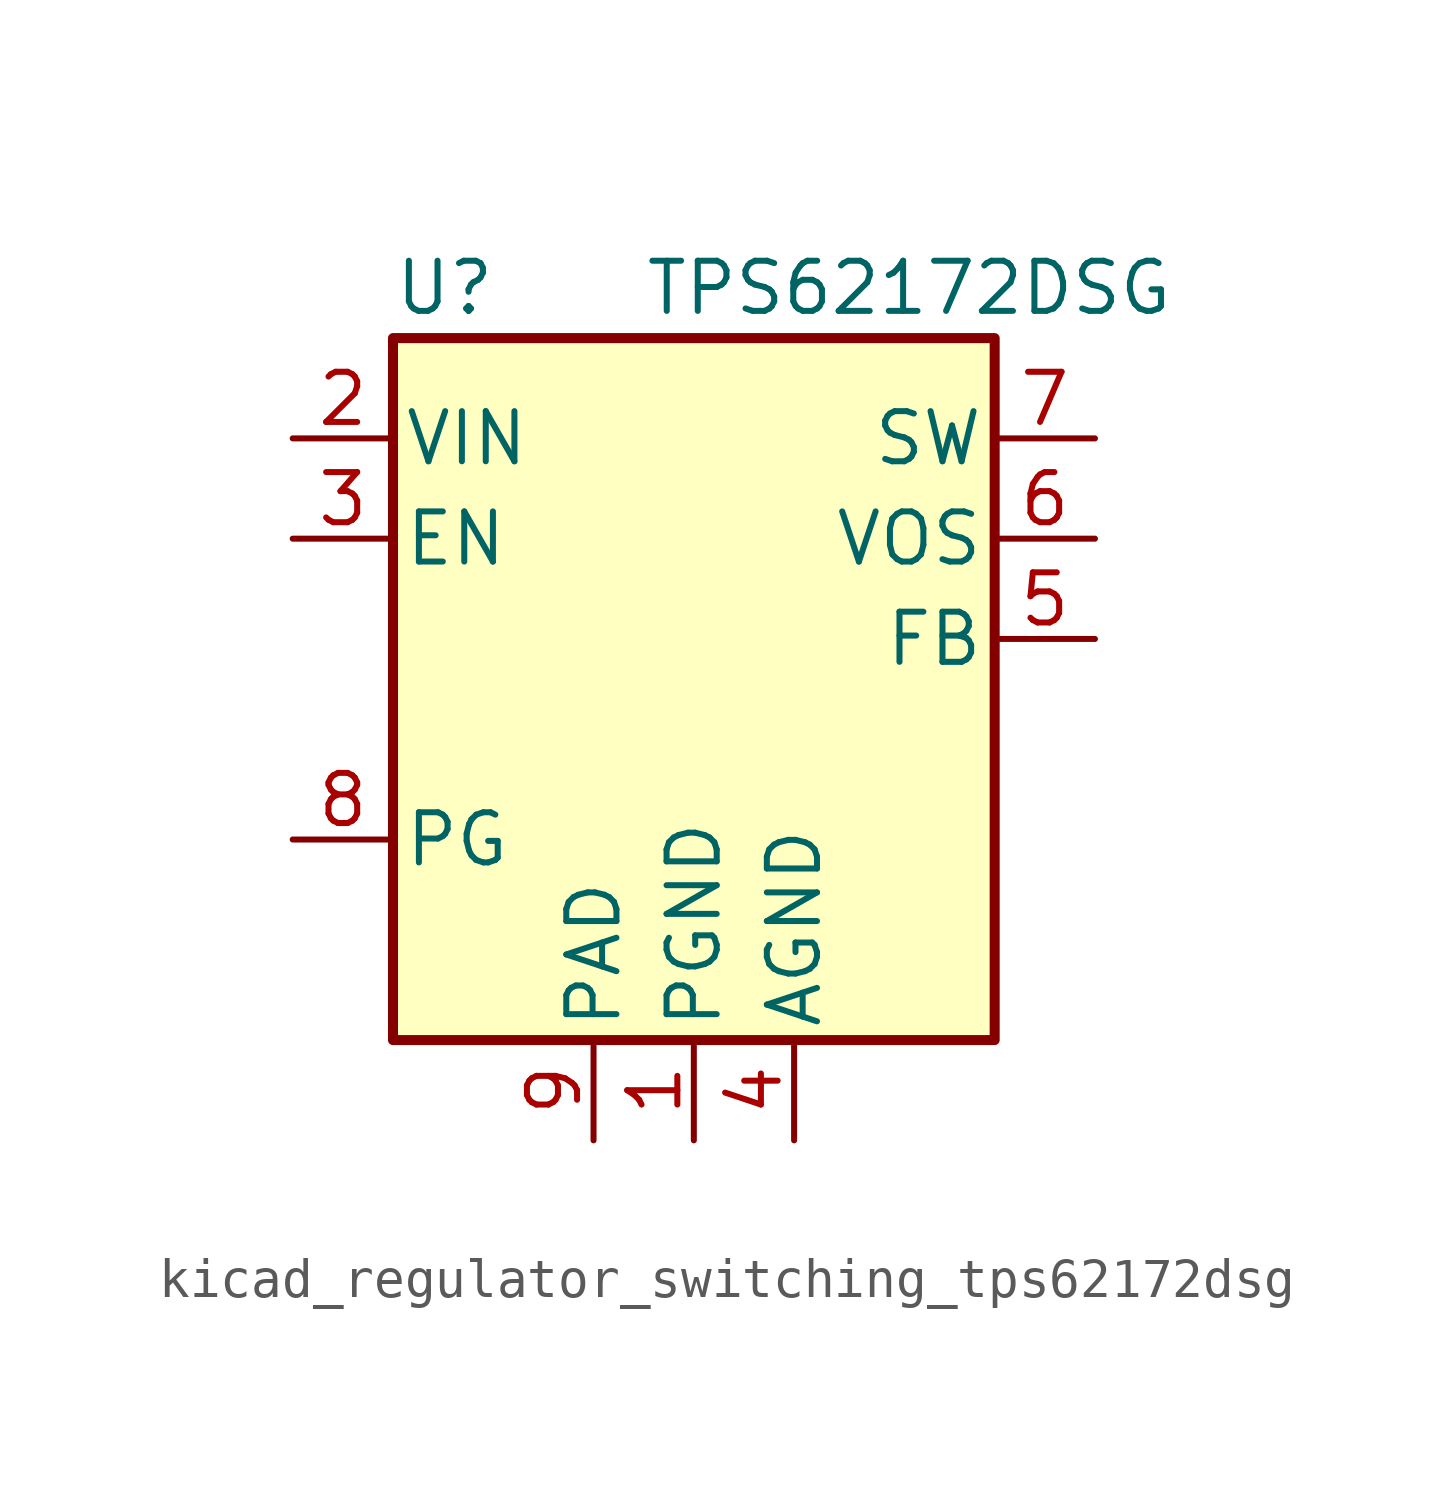
<source format=kicad_sym>
(kicad_symbol_lib
  (version 20220914)
  (generator kicad_symbol_editor)
  (symbol "kicad_regulator_switching_tps62172dsg"
    (pin_names
      (offset 0.254))
    (property "Reference" "U"
      (at -7.62 11.43 0)
      (effects (font (size 1.27 1.27)) (justify left)))
    (property "Value" "TPS62172DSG"
      (at -1.27 11.43 0)
      (effects (font (size 1.27 1.27)) (justify left)))
    (symbol "kicad_regulator_switching_tps62172dsg_0_1"
      (rectangle (start -7.62 10.16) (end 7.62 -7.62) (stroke (width 0.254) (type default)) (fill (type background))))
    (symbol "kicad_regulator_switching_tps62172dsg_1_1"
      (pin power_in line (at 0 -10.16 90) (length 2.54) (name "PGND" (effects (font (size 1.27 1.27)))) (number "1" (effects (font (size 1.27 1.27)))))
      (pin power_in line (at -10.16 7.62 0) (length 2.54) (name "VIN" (effects (font (size 1.27 1.27)))) (number "2" (effects (font (size 1.27 1.27)))))
      (pin input line (at -10.16 5.08 0) (length 2.54) (name "EN" (effects (font (size 1.27 1.27)))) (number "3" (effects (font (size 1.27 1.27)))))
      (pin power_in line (at 2.54 -10.16 90) (length 2.54) (name "AGND" (effects (font (size 1.27 1.27)))) (number "4" (effects (font (size 1.27 1.27)))))
      (pin input line (at 10.16 2.54 180) (length 2.54) (name "FB" (effects (font (size 1.27 1.27)))) (number "5" (effects (font (size 1.27 1.27)))))
      (pin input line (at 10.16 5.08 180) (length 2.54) (name "VOS" (effects (font (size 1.27 1.27)))) (number "6" (effects (font (size 1.27 1.27)))))
      (pin output line (at 10.16 7.62 180) (length 2.54) (name "SW" (effects (font (size 1.27 1.27)))) (number "7" (effects (font (size 1.27 1.27)))))
      (pin open_collector line (at -10.16 -2.54 0) (length 2.54) (name "PG" (effects (font (size 1.27 1.27)))) (number "8" (effects (font (size 1.27 1.27)))))
      (pin power_in line (at -2.54 -10.16 90) (length 2.54) (name "PAD" (effects (font (size 1.27 1.27)))) (number "9" (effects (font (size 1.27 1.27))))))))
</source>
